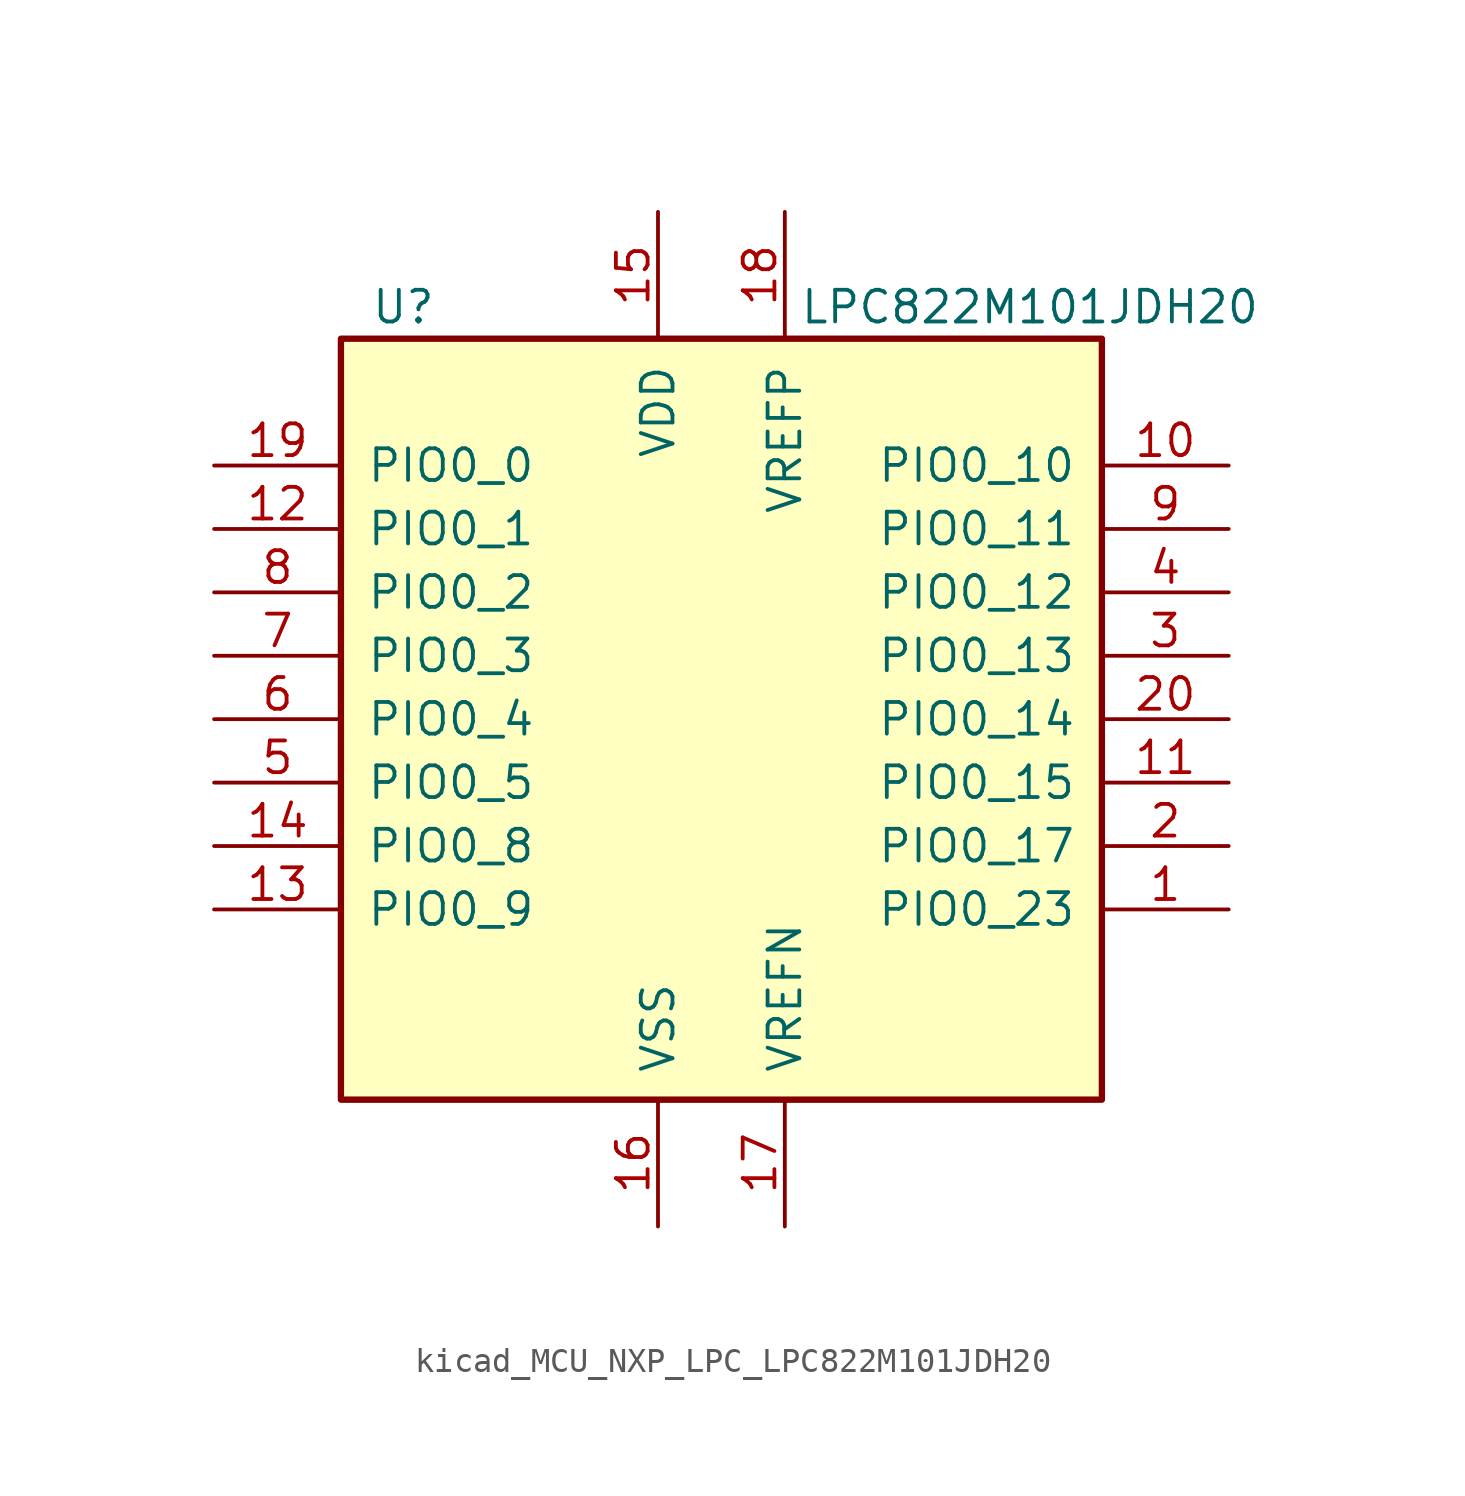
<source format=kicad_sym>
(kicad_symbol_lib
  (version 20220914)
  (generator kicad_symbol_editor)
  (symbol "kicad_MCU_NXP_LPC_LPC822M101JDH20"
    (pin_names
      (offset 1.016))
    (property "Reference" "U"
      (at -11.43 16.51 0)
      (effects (font (size 1.27 1.27)) (justify right)))
    (property "Value" "LPC822M101JDH20"
      (at 21.59 16.51 0)
      (effects (font (size 1.27 1.27)) (justify right)))
    (symbol "kicad_MCU_NXP_LPC_LPC822M101JDH20_0_1"
      (rectangle (start -15.24 15.24) (end 15.24 -15.24) (stroke (width 0.254) (type default)) (fill (type background))))
    (symbol "kicad_MCU_NXP_LPC_LPC822M101JDH20_1_1"
      (pin bidirectional line (at 20.32 -7.62 180) (length 5.08) (name "PIO0_23" (effects (font (size 1.27 1.27)))) (number "1" (effects (font (size 1.27 1.27)))))
      (pin bidirectional line (at 20.32 10.16 180) (length 5.08) (name "PIO0_10" (effects (font (size 1.27 1.27)))) (number "10" (effects (font (size 1.27 1.27)))))
      (pin bidirectional line (at 20.32 -2.54 180) (length 5.08) (name "PIO0_15" (effects (font (size 1.27 1.27)))) (number "11" (effects (font (size 1.27 1.27)))))
      (pin bidirectional line (at -20.32 7.62 0) (length 5.08) (name "PIO0_1" (effects (font (size 1.27 1.27)))) (number "12" (effects (font (size 1.27 1.27)))))
      (pin bidirectional line (at -20.32 -7.62 0) (length 5.08) (name "PIO0_9" (effects (font (size 1.27 1.27)))) (number "13" (effects (font (size 1.27 1.27)))))
      (pin bidirectional line (at -20.32 -5.08 0) (length 5.08) (name "PIO0_8" (effects (font (size 1.27 1.27)))) (number "14" (effects (font (size 1.27 1.27)))))
      (pin power_in line (at -2.54 20.32 270) (length 5.08) (name "VDD" (effects (font (size 1.27 1.27)))) (number "15" (effects (font (size 1.27 1.27)))))
      (pin power_in line (at -2.54 -20.32 90) (length 5.08) (name "VSS" (effects (font (size 1.27 1.27)))) (number "16" (effects (font (size 1.27 1.27)))))
      (pin power_in line (at 2.54 -20.32 90) (length 5.08) (name "VREFN" (effects (font (size 1.27 1.27)))) (number "17" (effects (font (size 1.27 1.27)))))
      (pin power_in line (at 2.54 20.32 270) (length 5.08) (name "VREFP" (effects (font (size 1.27 1.27)))) (number "18" (effects (font (size 1.27 1.27)))))
      (pin bidirectional line (at -20.32 10.16 0) (length 5.08) (name "PIO0_0" (effects (font (size 1.27 1.27)))) (number "19" (effects (font (size 1.27 1.27)))))
      (pin bidirectional line (at 20.32 -5.08 180) (length 5.08) (name "PIO0_17" (effects (font (size 1.27 1.27)))) (number "2" (effects (font (size 1.27 1.27)))))
      (pin bidirectional line (at 20.32 0 180) (length 5.08) (name "PIO0_14" (effects (font (size 1.27 1.27)))) (number "20" (effects (font (size 1.27 1.27)))))
      (pin bidirectional line (at 20.32 2.54 180) (length 5.08) (name "PIO0_13" (effects (font (size 1.27 1.27)))) (number "3" (effects (font (size 1.27 1.27)))))
      (pin bidirectional line (at 20.32 5.08 180) (length 5.08) (name "PIO0_12" (effects (font (size 1.27 1.27)))) (number "4" (effects (font (size 1.27 1.27)))))
      (pin bidirectional line (at -20.32 -2.54 0) (length 5.08) (name "PIO0_5" (effects (font (size 1.27 1.27)))) (number "5" (effects (font (size 1.27 1.27)))))
      (pin bidirectional line (at -20.32 0 0) (length 5.08) (name "PIO0_4" (effects (font (size 1.27 1.27)))) (number "6" (effects (font (size 1.27 1.27)))))
      (pin bidirectional line (at -20.32 2.54 0) (length 5.08) (name "PIO0_3" (effects (font (size 1.27 1.27)))) (number "7" (effects (font (size 1.27 1.27)))))
      (pin bidirectional line (at -20.32 5.08 0) (length 5.08) (name "PIO0_2" (effects (font (size 1.27 1.27)))) (number "8" (effects (font (size 1.27 1.27)))))
      (pin bidirectional line (at 20.32 7.62 180) (length 5.08) (name "PIO0_11" (effects (font (size 1.27 1.27)))) (number "9" (effects (font (size 1.27 1.27))))))))
</source>
